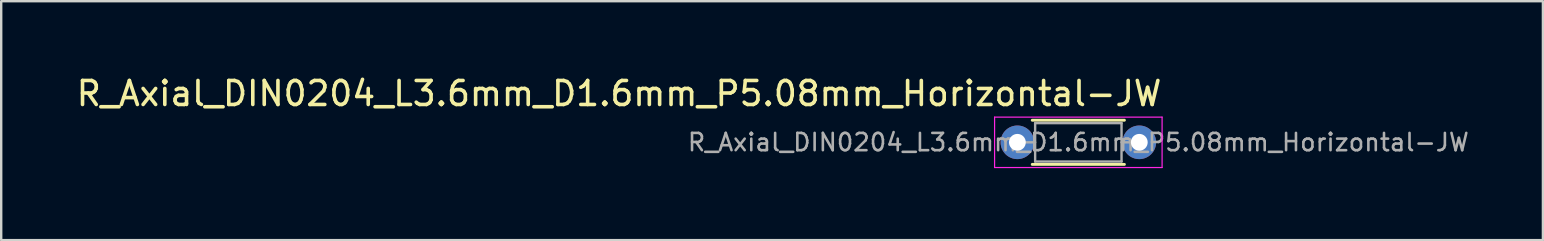
<source format=kicad_pcb>
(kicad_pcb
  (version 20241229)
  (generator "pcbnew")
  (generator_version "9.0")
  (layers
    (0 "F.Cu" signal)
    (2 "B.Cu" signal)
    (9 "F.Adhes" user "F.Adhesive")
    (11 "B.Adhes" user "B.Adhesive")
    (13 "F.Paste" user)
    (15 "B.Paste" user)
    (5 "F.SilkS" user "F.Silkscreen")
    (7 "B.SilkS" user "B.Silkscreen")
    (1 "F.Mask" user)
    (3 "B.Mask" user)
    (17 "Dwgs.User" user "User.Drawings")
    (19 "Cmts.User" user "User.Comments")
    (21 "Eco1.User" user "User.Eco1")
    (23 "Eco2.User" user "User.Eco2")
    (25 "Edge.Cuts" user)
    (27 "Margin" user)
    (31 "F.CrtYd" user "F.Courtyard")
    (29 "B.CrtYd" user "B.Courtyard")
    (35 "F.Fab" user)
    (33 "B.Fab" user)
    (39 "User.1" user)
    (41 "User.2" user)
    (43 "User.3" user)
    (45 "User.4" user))
  (footprint "R_Axial_DIN0204_L3.6mm_D1.6mm_P5.08mm_Horizontal-JW"
    (layer "F.Cu")
    (at 39.344 2.88)
    (property "Reference" "R_Axial_DIN0204_L3.6mm_D1.6mm_P5.08mm_Horizontal-JW" (at 6.096 -2.032 0) (layer "F.SilkS") (effects (font (size 1 1) (thickness 0.15)) (justify right)))
    (attr through_hole)
    (fp_line (start 0.62 -0.92) (end 4.46 -0.92) (stroke (width 0.12) (type solid)) (layer "F.SilkS"))
    (fp_line (start 0.62 0.92) (end 4.46 0.92) (stroke (width 0.12) (type solid)) (layer "F.SilkS"))
    (fp_line (start -0.95 -1.05) (end -0.95 1.05) (stroke (width 0.05) (type solid)) (layer "F.CrtYd"))
    (fp_line (start -0.95 1.05) (end 6.03 1.05) (stroke (width 0.05) (type solid)) (layer "F.CrtYd"))
    (fp_line (start 6.03 -1.05) (end -0.95 -1.05) (stroke (width 0.05) (type solid)) (layer "F.CrtYd"))
    (fp_line (start 6.03 1.05) (end 6.03 -1.05) (stroke (width 0.05) (type solid)) (layer "F.CrtYd"))
    (fp_line (start 0 0) (end 0.74 0) (stroke (width 0.1) (type solid)) (layer "F.Fab"))
    (fp_line (start 0.74 -0.8) (end 0.74 0.8) (stroke (width 0.1) (type solid)) (layer "F.Fab"))
    (fp_line (start 0.74 0.8) (end 4.34 0.8) (stroke (width 0.1) (type solid)) (layer "F.Fab"))
    (fp_line (start 4.34 -0.8) (end 0.74 -0.8) (stroke (width 0.1) (type solid)) (layer "F.Fab"))
    (fp_line (start 4.34 0.8) (end 4.34 -0.8) (stroke (width 0.1) (type solid)) (layer "F.Fab"))
    (fp_line (start 5.08 0) (end 4.34 0) (stroke (width 0.1) (type solid)) (layer "F.Fab"))
    (fp_text user "${REFERENCE}" (at 2.54 0 0) (layer "F.Fab") (effects (font (size 0.72 0.72) (thickness 0.108))))
    (pad "1" thru_hole circle (at 0 0) (size 1.4 1.4) (drill 0.7) (layers "*.Cu" "*.Mask"))
    (pad "2" thru_hole oval (at 5.08 0) (size 1.4 1.4) (drill 0.7) (layers "*.Cu" "*.Mask")))
  (gr_rect
    (start -3 -3)
    (end 61.243 6.955)
    (stroke (width 0.1) (type default))
    (fill no)
    (layer "Edge.Cuts")))
</source>
